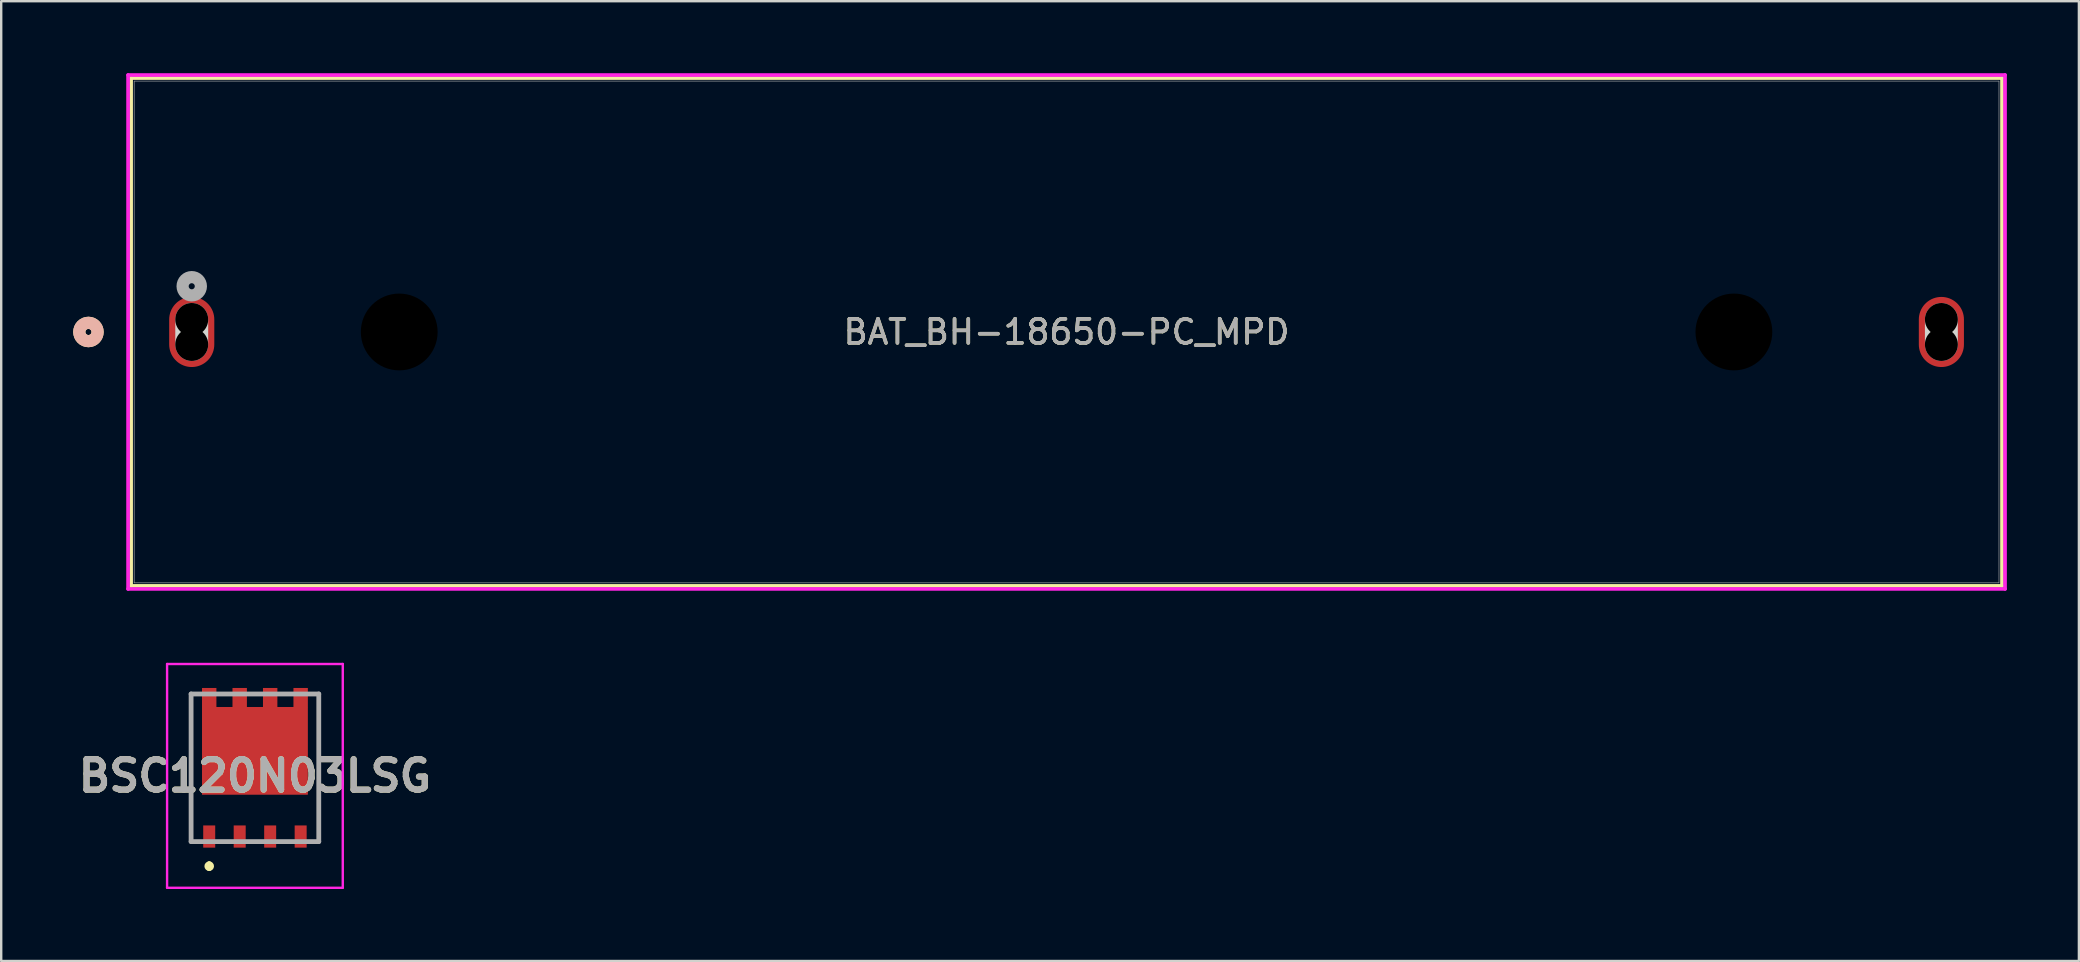
<source format=kicad_pcb>
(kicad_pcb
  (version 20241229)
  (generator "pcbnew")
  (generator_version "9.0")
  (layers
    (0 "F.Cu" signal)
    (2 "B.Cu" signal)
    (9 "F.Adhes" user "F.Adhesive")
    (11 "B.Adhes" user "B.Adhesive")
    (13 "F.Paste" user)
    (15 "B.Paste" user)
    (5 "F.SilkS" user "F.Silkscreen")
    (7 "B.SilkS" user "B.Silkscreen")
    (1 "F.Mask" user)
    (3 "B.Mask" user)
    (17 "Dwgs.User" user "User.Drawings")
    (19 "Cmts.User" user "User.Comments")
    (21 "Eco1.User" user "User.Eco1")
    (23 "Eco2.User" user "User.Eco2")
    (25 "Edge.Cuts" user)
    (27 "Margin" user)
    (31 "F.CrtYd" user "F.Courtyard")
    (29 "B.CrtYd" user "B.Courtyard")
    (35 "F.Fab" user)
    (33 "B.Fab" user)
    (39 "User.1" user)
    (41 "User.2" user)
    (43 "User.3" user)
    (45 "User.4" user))
  (footprint "BAT_BH-18650-PC_MPD"
    (layer "F.Cu")
    (at 4.939 10.782)
    (property "Reference" "BAT_BH-18650-PC_MPD" (at 36.45 0 0) (unlocked yes) (layer "F.SilkS") (effects (font (size 1 1) (thickness 0.15))))
    (attr smd)
    (fp_line (start -2.526 -10.579) (end -2.526 10.579) (stroke (width 0.152) (type solid)) (layer "F.SilkS"))
    (fp_line (start -2.526 10.579) (end 75.426 10.579) (stroke (width 0.152) (type solid)) (layer "F.SilkS"))
    (fp_line (start 75.426 -10.579) (end -2.526 -10.579) (stroke (width 0.152) (type solid)) (layer "F.SilkS"))
    (fp_line (start 75.426 10.579) (end 75.426 -10.579) (stroke (width 0.152) (type solid)) (layer "F.SilkS"))
    (fp_circle (center -4.304 0) (end -3.923 0) (stroke (width 0.508) (type solid)) (fill no) (layer "F.SilkS"))
    (fp_circle (center -4.304 0) (end -3.923 0) (stroke (width 0.508) (type solid)) (fill no) (layer "B.SilkS"))
    (fp_line (start 0 0.521) (end 0 -0.521) (stroke (width 1.372) (type solid)) (layer "Edge.Cuts"))
    (fp_line (start 72.9 0.521) (end 72.9 -0.521) (stroke (width 1.372) (type solid)) (layer "Edge.Cuts"))
    (fp_line (start -2.653 -10.706) (end -2.653 10.706) (stroke (width 0.152) (type solid)) (layer "F.CrtYd"))
    (fp_line (start -2.653 10.706) (end 75.553 10.706) (stroke (width 0.152) (type solid)) (layer "F.CrtYd"))
    (fp_line (start 75.553 -10.706) (end -2.653 -10.706) (stroke (width 0.152) (type solid)) (layer "F.CrtYd"))
    (fp_line (start 75.553 10.706) (end 75.553 -10.706) (stroke (width 0.152) (type solid)) (layer "F.CrtYd"))
    (fp_line (start -2.399 -10.452) (end -2.399 10.452) (stroke (width 0.025) (type solid)) (layer "F.Fab"))
    (fp_line (start -2.399 10.452) (end 75.299 10.452) (stroke (width 0.025) (type solid)) (layer "F.Fab"))
    (fp_line (start 75.299 -10.452) (end -2.399 -10.452) (stroke (width 0.025) (type solid)) (layer "F.Fab"))
    (fp_line (start 75.299 10.452) (end 75.299 -10.452) (stroke (width 0.025) (type solid)) (layer "F.Fab"))
    (fp_circle (center 0 -1.905) (end 0.381 -1.905) (stroke (width 0.508) (type solid)) (fill no) (layer "F.Fab"))
    (fp_text user "${REFERENCE}" (at 36.45 0 0) (unlocked yes) (layer "F.Fab") (effects (font (size 1 1) (thickness 0.15))))
    (pad "" np_thru_hole circle (at 0 -0.521) (size 1.372 1.372) (drill 1.372) (layers))
    (pad "" np_thru_hole circle (at 0 0.521) (size 1.372 1.372) (drill 1.372) (layers))
    (pad "" np_thru_hole circle (at 8.645 0) (size 3.2 3.2) (drill 3.2) (layers))
    (pad "" np_thru_hole circle (at 64.255 0) (size 3.2 3.2) (drill 3.2) (layers))
    (pad "" np_thru_hole circle (at 72.9 -0.521) (size 1.372 1.372) (drill 1.372) (layers))
    (pad "" np_thru_hole circle (at 72.9 0.521) (size 1.372 1.372) (drill 1.372) (layers))
    (pad "1" smd oval (at 0 0) (size 1.88 2.921) (layers "F.Cu" "F.Mask" "F.Paste"))
    (pad "2" smd oval (at 72.9 0) (size 1.88 2.921) (layers "F.Cu" "F.Mask" "F.Paste")))
  (footprint "BSC120N03LSG"
    (layer "F.Cu")
    (at 7.572 28.94)
    (property "Reference" "BSC120N03LSG" (at 0 0.337 0) (layer "F.SilkS") (effects (font (size 1.27 1.27) (thickness 0.254))))
    (attr smd)
    (fp_line (start -2.66 -3.075) (end -2.66 3.075) (stroke (width 0.1) (type solid)) (layer "F.SilkS"))
    (fp_line (start -1.905 4) (end -1.905 4) (stroke (width 0.2) (type solid)) (layer "F.SilkS"))
    (fp_line (start -1.905 4.2) (end -1.905 4.2) (stroke (width 0.2) (type solid)) (layer "F.SilkS"))
    (fp_line (start 2.66 -3.075) (end 2.66 3.075) (stroke (width 0.1) (type solid)) (layer "F.SilkS"))
    (fp_arc (start -1.905 4) (mid -1.805 4.1) (end -1.905 4.2) (stroke (width 0.2) (type solid)) (layer "F.SilkS"))
    (fp_arc (start -1.905 4.2) (mid -2.005 4.1) (end -1.905 4) (stroke (width 0.2) (type solid)) (layer "F.SilkS"))
    (fp_line (start -3.66 -4.325) (end 3.66 -4.325) (stroke (width 0.1) (type solid)) (layer "F.CrtYd"))
    (fp_line (start -3.66 5) (end -3.66 -4.325) (stroke (width 0.1) (type solid)) (layer "F.CrtYd"))
    (fp_line (start 3.66 -4.325) (end 3.66 5) (stroke (width 0.1) (type solid)) (layer "F.CrtYd"))
    (fp_line (start 3.66 5) (end -3.66 5) (stroke (width 0.1) (type solid)) (layer "F.CrtYd"))
    (fp_line (start -2.66 -3.075) (end 2.66 -3.075) (stroke (width 0.2) (type solid)) (layer "F.Fab"))
    (fp_line (start -2.66 3.075) (end -2.66 -3.075) (stroke (width 0.2) (type solid)) (layer "F.Fab"))
    (fp_line (start 2.66 -3.075) (end 2.66 3.075) (stroke (width 0.2) (type solid)) (layer "F.Fab"))
    (fp_line (start 2.66 3.075) (end -2.66 3.075) (stroke (width 0.2) (type solid)) (layer "F.Fab"))
    (fp_text user "${REFERENCE}" (at 0 0.337 0) (layer "F.Fab") (effects (font (size 1.27 1.27) (thickness 0.254))))
    (pad "1" smd rect (at -1.905 2.865) (size 0.5 0.925) (layers "F.Cu" "F.Mask" "F.Paste"))
    (pad "2" smd rect (at -0.635 2.865) (size 0.5 0.925) (layers "F.Cu" "F.Mask" "F.Paste"))
    (pad "3" smd rect (at 0.635 2.865) (size 0.5 0.925) (layers "F.Cu" "F.Mask" "F.Paste"))
    (pad "4" smd rect (at 1.905 2.865) (size 0.5 0.925) (layers "F.Cu" "F.Mask" "F.Paste"))
    (pad "5" smd rect (at 1.905 -2.925) (size 0.6 0.8) (layers "F.Cu" "F.Mask" "F.Paste"))
    (pad "6" smd rect (at 0.635 -2.925) (size 0.6 0.8) (layers "F.Cu" "F.Mask" "F.Paste"))
    (pad "7" smd rect (at -0.635 -2.925) (size 0.6 0.8) (layers "F.Cu" "F.Mask" "F.Paste"))
    (pad "8" smd rect (at -1.905 -2.925) (size 0.6 0.8) (layers "F.Cu" "F.Mask" "F.Paste"))
    (pad "9" smd rect (at 0 -0.705 90) (size 3.655 4.41) (layers "F.Cu" "F.Mask" "F.Paste")))
  (gr_rect
    (start -3 -3)
    (end 83.569 36.99)
    (stroke (width 0.1) (type default))
    (fill no)
    (layer "Edge.Cuts")))
</source>
